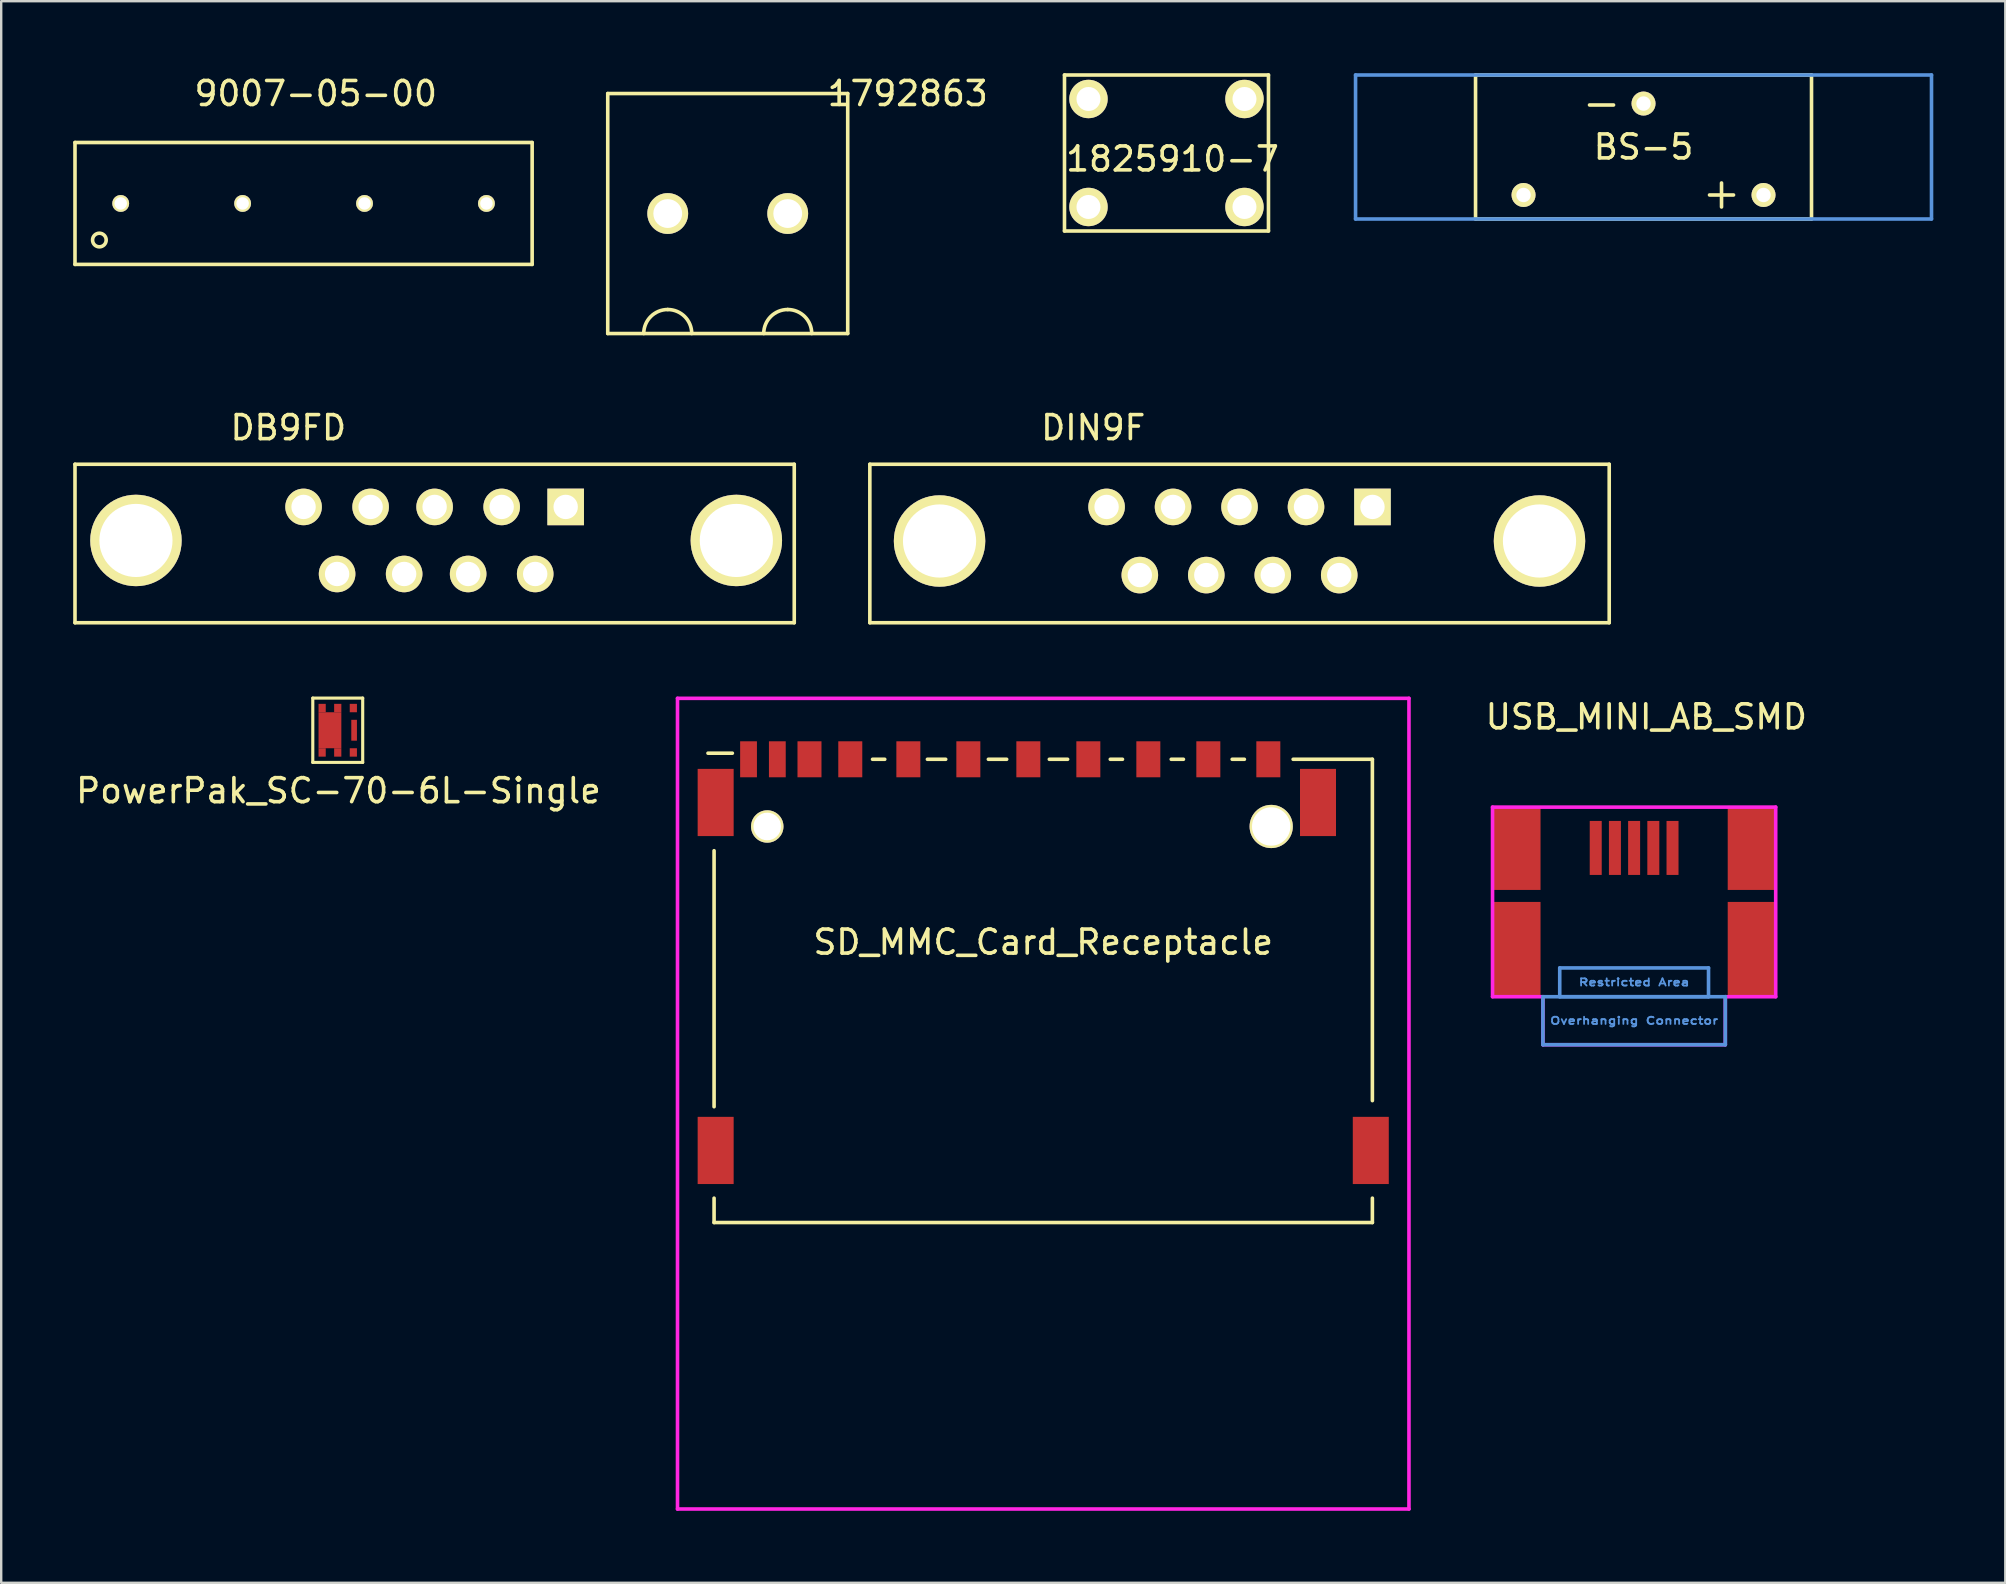
<source format=kicad_pcb>
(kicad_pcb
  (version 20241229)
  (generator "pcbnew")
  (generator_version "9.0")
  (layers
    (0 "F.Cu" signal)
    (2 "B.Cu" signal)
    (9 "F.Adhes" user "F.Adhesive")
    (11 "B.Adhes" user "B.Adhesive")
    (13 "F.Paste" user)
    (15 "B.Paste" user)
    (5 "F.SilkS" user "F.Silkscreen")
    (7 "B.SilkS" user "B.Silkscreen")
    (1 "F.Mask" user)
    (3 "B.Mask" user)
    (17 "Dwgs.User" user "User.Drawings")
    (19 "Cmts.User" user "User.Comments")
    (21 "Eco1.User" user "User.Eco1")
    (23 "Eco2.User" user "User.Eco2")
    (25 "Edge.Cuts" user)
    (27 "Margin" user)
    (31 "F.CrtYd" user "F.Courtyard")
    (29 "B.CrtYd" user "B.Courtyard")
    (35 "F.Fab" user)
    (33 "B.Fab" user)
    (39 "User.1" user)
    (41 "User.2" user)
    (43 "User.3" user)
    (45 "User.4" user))
  (footprint "1825910-7"
    (layer "F.Cu")
    (at 42.308 1.075)
    (property "Reference" "1825910-7" (at 3.5 2.5 0) (layer "F.SilkS") (effects (font (size 1 1) (thickness 0.15))))
    (attr through_hole)
    (fp_line (start -1 -1) (end 7.5 -1) (stroke (width 0.15) (type solid)) (layer "F.SilkS"))
    (fp_line (start -1 5.5) (end -1 -1) (stroke (width 0.15) (type solid)) (layer "F.SilkS"))
    (fp_line (start 7.5 -1) (end 7.5 5.5) (stroke (width 0.15) (type solid)) (layer "F.SilkS"))
    (fp_line (start 7.5 5.5) (end -1 5.5) (stroke (width 0.15) (type solid)) (layer "F.SilkS"))
    (pad "1" thru_hole circle (at 0 0) (size 1.6 1.6) (drill 1) (layers "*.Cu" "*.Mask" "F.SilkS"))
    (pad "1" thru_hole circle (at 6.5 0) (size 1.6 1.6) (drill 1) (layers "*.Cu" "*.Mask" "F.SilkS"))
    (pad "2" thru_hole circle (at 0 4.5) (size 1.6 1.6) (drill 1) (layers "*.Cu" "*.Mask" "F.SilkS"))
    (pad "2" thru_hole circle (at 6.5 4.5) (size 1.6 1.6) (drill 1) (layers "*.Cu" "*.Mask" "F.SilkS")))
  (footprint "USB_MINI_AB_SMD"
    (layer "F.Cu")
    (at 65.045 32.284)
    (property "Reference" "USB_MINI_AB_SMD" (at 0.508 -5.461 0) (layer "F.SilkS") (effects (font (size 1 1) (thickness 0.15))))
    (attr through_hole)
    (fp_line (start -3.8 6.2) (end -3.8 8.2) (stroke (width 0.15) (type solid)) (layer "Cmts.User"))
    (fp_line (start -3.8 8.2) (end 3.8 8.2) (stroke (width 0.15) (type solid)) (layer "Cmts.User"))
    (fp_line (start -3.1 5) (end -3.1 6.2) (stroke (width 0.15) (type solid)) (layer "Cmts.User"))
    (fp_line (start -3.1 6.2) (end 3.1 6.2) (stroke (width 0.15) (type solid)) (layer "Cmts.User"))
    (fp_line (start 3.1 5) (end -3.1 5) (stroke (width 0.15) (type solid)) (layer "Cmts.User"))
    (fp_line (start 3.1 6.2) (end 3.1 5) (stroke (width 0.15) (type solid)) (layer "Cmts.User"))
    (fp_line (start 3.8 6.2) (end -3.8 6.2) (stroke (width 0.15) (type solid)) (layer "Cmts.User"))
    (fp_line (start 3.8 8.2) (end 3.8 6.2) (stroke (width 0.15) (type solid)) (layer "Cmts.User"))
    (fp_line (start -5.9 -1.7) (end 5.9 -1.7) (stroke (width 0.15) (type solid)) (layer "F.CrtYd"))
    (fp_line (start -5.9 6.2) (end -5.9 -1.7) (stroke (width 0.15) (type solid)) (layer "F.CrtYd"))
    (fp_line (start -3.8 6.2) (end -5.9 6.2) (stroke (width 0.15) (type solid)) (layer "F.CrtYd"))
    (fp_line (start -3.8 8.2) (end -3.8 6.2) (stroke (width 0.15) (type solid)) (layer "F.CrtYd"))
    (fp_line (start 3.8 6.2) (end 3.8 8.2) (stroke (width 0.15) (type solid)) (layer "F.CrtYd"))
    (fp_line (start 3.8 8.2) (end -3.8 8.2) (stroke (width 0.15) (type solid)) (layer "F.CrtYd"))
    (fp_line (start 5.9 -1.7) (end 5.9 6.2) (stroke (width 0.15) (type solid)) (layer "F.CrtYd"))
    (fp_line (start 5.9 6.2) (end 3.8 6.2) (stroke (width 0.15) (type solid)) (layer "F.CrtYd"))
    (fp_text user "Restricted Area" (at 0 5.6 0) (layer "Cmts.User") (effects (font (size 0.3 0.4) (thickness 0.075))))
    (fp_text user "Overhanging Connector" (at 0 7.2 0) (layer "Cmts.User") (effects (font (size 0.3 0.4) (thickness 0.075))))
    (pad "1" smd rect (at 1.6 0) (size 0.5 2.25) (layers "F.Cu" "F.Mask" "F.Paste"))
    (pad "2" smd rect (at 0.8 0) (size 0.5 2.25) (layers "F.Cu" "F.Mask" "F.Paste"))
    (pad "3" smd rect (at 0 0) (size 0.5 2.25) (layers "F.Cu" "F.Mask" "F.Paste"))
    (pad "4" smd rect (at -0.8 0) (size 0.5 2.25) (layers "F.Cu" "F.Mask" "F.Paste"))
    (pad "5" smd rect (at -1.6 0) (size 0.5 2.25) (layers "F.Cu" "F.Mask" "F.Paste"))
    (pad "6" smd rect (at -4.925 0) (size 2.05 3.5) (layers "F.Cu" "F.Mask" "F.Paste"))
    (pad "6" smd rect (at -4.925 4.25) (size 2.05 4) (layers "F.Cu" "F.Mask" "F.Paste"))
    (pad "6" smd rect (at 4.925 0) (size 2.05 3.5) (layers "F.Cu" "F.Mask" "F.Paste"))
    (pad "6" smd rect (at 4.925 4.25) (size 2.05 4) (layers "F.Cu" "F.Mask" "F.Paste")))
  (footprint "DB9FD"
    (layer "F.Cu")
    (at 15.061 19.598)
    (property "Reference" "DB9FD" (at -6.096 -4.826 180) (layer "F.SilkS") (effects (font (size 1 1) (thickness 0.15))))
    (attr through_hole)
    (fp_line (start -14.986 -3.302) (end -14.986 3.302) (stroke (width 0.15) (type solid)) (layer "F.SilkS"))
    (fp_line (start -14.986 3.302) (end 14.986 3.302) (stroke (width 0.15) (type solid)) (layer "F.SilkS"))
    (fp_line (start 14.986 -3.302) (end -14.986 -3.302) (stroke (width 0.15) (type solid)) (layer "F.SilkS"))
    (fp_line (start 14.986 3.302) (end 14.986 -3.302) (stroke (width 0.15) (type solid)) (layer "F.SilkS"))
    (pad "0" thru_hole circle (at -12.446 -0.127) (size 3.81 3.81) (drill 3.048) (layers "*.Cu" "*.Mask" "F.SilkS"))
    (pad "0" thru_hole circle (at 12.573 -0.127) (size 3.81 3.81) (drill 3.048) (layers "*.Cu" "*.Mask" "F.SilkS"))
    (pad "1" thru_hole rect (at 5.461 -1.524) (size 1.524 1.524) (drill 1.016) (layers "*.Cu" "*.Mask" "F.SilkS"))
    (pad "2" thru_hole circle (at 2.794 -1.524) (size 1.524 1.524) (drill 1.016) (layers "*.Cu" "*.Mask" "F.SilkS"))
    (pad "3" thru_hole circle (at 0 -1.524) (size 1.524 1.524) (drill 1.016) (layers "*.Cu" "*.Mask" "F.SilkS"))
    (pad "4" thru_hole circle (at -2.667 -1.524) (size 1.524 1.524) (drill 1.016) (layers "*.Cu" "*.Mask" "F.SilkS"))
    (pad "5" thru_hole circle (at -5.461 -1.524) (size 1.524 1.524) (drill 1.016) (layers "*.Cu" "*.Mask" "F.SilkS"))
    (pad "6" thru_hole circle (at 4.191 1.27) (size 1.524 1.524) (drill 1.016) (layers "*.Cu" "*.Mask" "F.SilkS"))
    (pad "7" thru_hole circle (at 1.397 1.27) (size 1.524 1.524) (drill 1.016) (layers "*.Cu" "*.Mask" "F.SilkS"))
    (pad "8" thru_hole circle (at -1.27 1.27) (size 1.524 1.524) (drill 1.016) (layers "*.Cu" "*.Mask" "F.SilkS"))
    (pad "9" thru_hole circle (at -4.064 1.27) (size 1.524 1.524) (drill 1.016) (layers "*.Cu" "*.Mask" "F.SilkS")))
  (footprint "9007-05-00"
    (layer "F.Cu")
    (at 9.6 5.428)
    (property "Reference" "9007-05-00" (at 0.508 -4.58 0) (layer "F.SilkS") (effects (font (size 1 1) (thickness 0.15))))
    (attr through_hole)
    (fp_line (start -9.525 -2.54) (end 9.525 -2.54) (stroke (width 0.15) (type solid)) (layer "F.SilkS"))
    (fp_line (start -9.525 2.54) (end -9.525 -2.54) (stroke (width 0.15) (type solid)) (layer "F.SilkS"))
    (fp_line (start 9.525 -2.54) (end 9.525 2.54) (stroke (width 0.15) (type solid)) (layer "F.SilkS"))
    (fp_line (start 9.525 2.54) (end -9.525 2.54) (stroke (width 0.15) (type solid)) (layer "F.SilkS"))
    (fp_circle (center -8.509 1.524) (end -8.255 1.651) (stroke (width 0.15) (type solid)) (fill no) (layer "F.SilkS"))
    (pad "1" thru_hole circle (at -7.62 0) (size 0.7 0.7) (drill 0.52) (layers "*.Cu" "*.Mask" "F.SilkS"))
    (pad "2" thru_hole circle (at -2.54 0) (size 0.7 0.7) (drill 0.52) (layers "*.Cu" "*.Mask" "F.SilkS"))
    (pad "3" thru_hole circle (at 2.54 0) (size 0.7 0.7) (drill 0.52) (layers "*.Cu" "*.Mask" "F.SilkS"))
    (pad "4" thru_hole circle (at 7.62 0) (size 0.7 0.7) (drill 0.52) (layers "*.Cu" "*.Mask" "F.SilkS")))
  (footprint "PowerPak_SC-70-6L-Single"
    (layer "F.Cu")
    (at 11.024 27.38)
    (property "Reference" "PowerPak_SC-70-6L-Single" (at 0.03 2.52 0) (layer "F.SilkS") (effects (font (size 1 1) (thickness 0.15))))
    (attr through_hole)
    (fp_line (start -1.04 -1.34) (end 1.04 -1.34) (stroke (width 0.13) (type solid)) (layer "F.SilkS"))
    (fp_line (start -1.04 1.34) (end -1.04 -1.34) (stroke (width 0.13) (type solid)) (layer "F.SilkS"))
    (fp_line (start 1.04 -1.34) (end 1.04 1.34) (stroke (width 0.13) (type solid)) (layer "F.SilkS"))
    (fp_line (start 1.04 1.34) (end -1.04 1.34) (stroke (width 0.13) (type solid)) (layer "F.SilkS"))
    (pad "1" smd rect (at -0.65 -0.925) (size 0.3 0.35) (layers "F.Cu" "F.Mask" "F.Paste"))
    (pad "1" smd rect (at -0.65 0.925) (size 0.3 0.35) (layers "F.Cu" "F.Mask" "F.Paste"))
    (pad "1" smd rect (at -0.325 0) (size 0.95 1.5) (layers "F.Cu" "F.Mask" "F.Paste"))
    (pad "1" smd rect (at 0 -0.925) (size 0.3 0.35) (layers "F.Cu" "F.Mask" "F.Paste"))
    (pad "1" smd rect (at 0 0.925) (size 0.3 0.35) (layers "F.Cu" "F.Mask" "F.Paste"))
    (pad "2" smd rect (at 0.65 -0.925) (size 0.3 0.35) (layers "F.Cu" "F.Mask" "F.Paste"))
    (pad "3" smd rect (at 0.65 0.925) (size 0.3 0.35) (layers "F.Cu" "F.Mask" "F.Paste"))
    (pad "3" smd rect (at 0.682 0) (size 0.235 0.87) (layers "F.Cu" "F.Mask" "F.Paste")))
  (footprint "BS-5"
    (layer "F.Cu")
    (at 65.437 5.075)
    (property "Reference" "BS-5" (at 0 -2 0) (layer "F.SilkS") (effects (font (size 1 1) (thickness 0.15))))
    (attr through_hole)
    (fp_line (start -7 1) (end -7 -5) (stroke (width 0.15) (type solid)) (layer "F.SilkS"))
    (fp_line (start -1.25 -3.75) (end -2.25 -3.75) (stroke (width 0.15) (type solid)) (layer "F.SilkS"))
    (fp_line (start 2.75 0) (end 3.75 0) (stroke (width 0.15) (type solid)) (layer "F.SilkS"))
    (fp_line (start 3.25 0.5) (end 3.25 -0.5) (stroke (width 0.15) (type solid)) (layer "F.SilkS"))
    (fp_line (start 7 -5) (end -7 -5) (stroke (width 0.15) (type solid)) (layer "F.SilkS"))
    (fp_line (start 7 1) (end -7 1) (stroke (width 0.15) (type solid)) (layer "F.SilkS"))
    (fp_line (start 7 1) (end 7 -5) (stroke (width 0.15) (type solid)) (layer "F.SilkS"))
    (fp_line (start -12 1) (end -12 -5) (stroke (width 0.15) (type solid)) (layer "Cmts.User"))
    (fp_line (start -12 1) (end 12 1) (stroke (width 0.15) (type solid)) (layer "Cmts.User"))
    (fp_line (start 12 -5) (end -12 -5) (stroke (width 0.15) (type solid)) (layer "Cmts.User"))
    (fp_line (start 12 1) (end 12 -5) (stroke (width 0.15) (type solid)) (layer "Cmts.User"))
    (pad "1" thru_hole circle (at -5 0) (size 1 1) (drill 0.6) (layers "*.Cu" "*.Mask" "F.SilkS"))
    (pad "1" thru_hole circle (at 5 0) (size 1 1) (drill 0.6) (layers "*.Cu" "*.Mask" "F.SilkS"))
    (pad "2" thru_hole circle (at 0 -3.81) (size 1 1) (drill 0.6) (layers "*.Cu" "*.Mask" "F.SilkS")))
  (footprint "DIN9F"
    (layer "F.Cu")
    (at 48.602 19.598)
    (property "Reference" "DIN9F" (at -6.096 -4.826 180) (layer "F.SilkS") (effects (font (size 1 1) (thickness 0.15))))
    (attr through_hole)
    (fp_line (start -15.405 -3.302) (end -15.405 3.302) (stroke (width 0.15) (type solid)) (layer "F.SilkS"))
    (fp_line (start -15.405 3.302) (end 15.405 3.302) (stroke (width 0.15) (type solid)) (layer "F.SilkS"))
    (fp_line (start 15.405 -3.302) (end -15.405 -3.302) (stroke (width 0.15) (type solid)) (layer "F.SilkS"))
    (fp_line (start 15.405 3.302) (end 15.405 -3.302) (stroke (width 0.15) (type solid)) (layer "F.SilkS"))
    (pad "0" thru_hole circle (at -12.5 -0.104) (size 3.81 3.81) (drill 3.05) (layers "*.Cu" "*.Mask" "F.SilkS"))
    (pad "0" thru_hole circle (at 12.5 -0.104) (size 3.81 3.81) (drill 3.05) (layers "*.Cu" "*.Mask" "F.SilkS"))
    (pad "1" thru_hole rect (at 5.54 -1.524) (size 1.524 1.524) (drill 1.016) (layers "*.Cu" "*.Mask" "F.SilkS"))
    (pad "2" thru_hole circle (at 2.77 -1.524) (size 1.524 1.524) (drill 1.016) (layers "*.Cu" "*.Mask" "F.SilkS"))
    (pad "3" thru_hole circle (at 0 -1.524) (size 1.524 1.524) (drill 1.016) (layers "*.Cu" "*.Mask" "F.SilkS"))
    (pad "4" thru_hole circle (at -2.77 -1.524) (size 1.524 1.524) (drill 1.016) (layers "*.Cu" "*.Mask" "F.SilkS"))
    (pad "5" thru_hole circle (at -5.54 -1.524) (size 1.524 1.524) (drill 1.016) (layers "*.Cu" "*.Mask" "F.SilkS"))
    (pad "6" thru_hole circle (at 4.155 1.316) (size 1.524 1.524) (drill 1.016) (layers "*.Cu" "*.Mask" "F.SilkS"))
    (pad "7" thru_hole circle (at 1.385 1.316) (size 1.524 1.524) (drill 1.016) (layers "*.Cu" "*.Mask" "F.SilkS"))
    (pad "8" thru_hole circle (at -1.385 1.316) (size 1.524 1.524) (drill 1.016) (layers "*.Cu" "*.Mask" "F.SilkS"))
    (pad "9" thru_hole circle (at -4.155 1.316) (size 1.524 1.524) (drill 1.016) (layers "*.Cu" "*.Mask" "F.SilkS")))
  (footprint "1792863"
    (layer "F.Cu")
    (at 24.775 5.848)
    (property "Reference" "1792863" (at 10 -5 0) (layer "F.SilkS") (effects (font (size 1 1) (thickness 0.15))))
    (attr through_hole)
    (fp_line (start -2.5 -5) (end -2.5 5) (stroke (width 0.15) (type solid)) (layer "F.SilkS"))
    (fp_line (start -2.5 5) (end 7.5 5) (stroke (width 0.15) (type solid)) (layer "F.SilkS"))
    (fp_line (start 7.5 -5) (end -2.5 -5) (stroke (width 0.15) (type solid)) (layer "F.SilkS"))
    (fp_line (start 7.5 5) (end 7.5 -5) (stroke (width 0.15) (type solid)) (layer "F.SilkS"))
    (fp_arc (start -1 5) (mid -0.707107 4.292893) (end 0 4) (stroke (width 0.15) (type solid)) (layer "F.SilkS"))
    (fp_arc (start 0 4) (mid 0.707107 4.292893) (end 1 5) (stroke (width 0.15) (type solid)) (layer "F.SilkS"))
    (fp_arc (start 4 5) (mid 4.292893 4.292893) (end 5 4) (stroke (width 0.15) (type solid)) (layer "F.SilkS"))
    (fp_arc (start 5 4) (mid 5.707107 4.292893) (end 6 5) (stroke (width 0.15) (type solid)) (layer "F.SilkS"))
    (pad "1" thru_hole circle (at 0 0) (size 1.7 1.7) (drill 1.2) (layers "*.Cu" "*.Mask" "F.SilkS"))
    (pad "2" thru_hole circle (at 5 0) (size 1.7 1.7) (drill 1.2) (layers "*.Cu" "*.Mask" "F.SilkS")))
  (footprint "SD_MMC_Card_Receptacle"
    (layer "F.Cu")
    (at 40.422 28.59)
    (property "Reference" "SD_MMC_Card_Receptacle" (at 0 7.62 0) (layer "F.SilkS") (effects (font (size 1 1) (thickness 0.15))))
    (attr through_hole)
    (fp_line (start -13.716 14.478) (end -13.716 3.81) (stroke (width 0.15) (type solid)) (layer "F.SilkS"))
    (fp_line (start -13.716 18.288) (end -13.716 19.304) (stroke (width 0.15) (type solid)) (layer "F.SilkS"))
    (fp_line (start -13.716 19.304) (end 13.716 19.304) (stroke (width 0.15) (type solid)) (layer "F.SilkS"))
    (fp_line (start -12.954 -0.254) (end -13.97 -0.254) (stroke (width 0.15) (type solid)) (layer "F.SilkS"))
    (fp_line (start -6.604 0) (end -7.112 0) (stroke (width 0.15) (type solid)) (layer "F.SilkS"))
    (fp_line (start -4.064 0) (end -4.826 0) (stroke (width 0.15) (type solid)) (layer "F.SilkS"))
    (fp_line (start -1.524 0) (end -2.286 0) (stroke (width 0.15) (type solid)) (layer "F.SilkS"))
    (fp_line (start 1.016 0) (end 0.254 0) (stroke (width 0.15) (type solid)) (layer "F.SilkS"))
    (fp_line (start 3.302 0) (end 2.794 0) (stroke (width 0.15) (type solid)) (layer "F.SilkS"))
    (fp_line (start 5.842 0) (end 5.334 0) (stroke (width 0.15) (type solid)) (layer "F.SilkS"))
    (fp_line (start 8.382 0) (end 7.874 0) (stroke (width 0.15) (type solid)) (layer "F.SilkS"))
    (fp_line (start 13.716 0) (end 10.414 0) (stroke (width 0.15) (type solid)) (layer "F.SilkS"))
    (fp_line (start 13.716 14.224) (end 13.716 0) (stroke (width 0.15) (type solid)) (layer "F.SilkS"))
    (fp_line (start 13.716 19.304) (end 13.716 18.288) (stroke (width 0.15) (type solid)) (layer "F.SilkS"))
    (fp_line (start -15.24 -2.54) (end -15.24 31.242) (stroke (width 0.15) (type solid)) (layer "F.CrtYd"))
    (fp_line (start -15.24 31.242) (end 15.24 31.242) (stroke (width 0.15) (type solid)) (layer "F.CrtYd"))
    (fp_line (start 15.24 -2.54) (end -15.24 -2.54) (stroke (width 0.15) (type solid)) (layer "F.CrtYd"))
    (fp_line (start 15.24 31.242) (end 15.24 -2.54) (stroke (width 0.15) (type solid)) (layer "F.CrtYd"))
    (pad "" thru_hole circle (at -11.5 2.8) (size 1.35 1.35) (drill 1.15) (layers "*.Cu" "*.Mask" "F.SilkS"))
    (pad " " thru_hole circle (at 9.5 2.8) (size 1.8 1.8) (drill 1.6) (layers "*.Cu" "*.Mask" "F.SilkS"))
    (pad "1" smd rect (at 6.88 0) (size 1 1.5) (layers "F.Cu" "F.Mask" "F.Paste"))
    (pad "2" smd rect (at 4.38 0) (size 1 1.5) (layers "F.Cu" "F.Mask" "F.Paste"))
    (pad "3" smd rect (at 1.88 0) (size 1 1.5) (layers "F.Cu" "F.Mask" "F.Paste"))
    (pad "4" smd rect (at -0.62 0) (size 1 1.5) (layers "F.Cu" "F.Mask" "F.Paste"))
    (pad "5" smd rect (at -3.12 0) (size 1 1.5) (layers "F.Cu" "F.Mask" "F.Paste"))
    (pad "6" smd rect (at -5.62 0) (size 1 1.5) (layers "F.Cu" "F.Mask" "F.Paste"))
    (pad "7" smd rect (at -8.04 0) (size 1 1.5) (layers "F.Cu" "F.Mask" "F.Paste"))
    (pad "8" smd rect (at -9.74 0) (size 1 1.5) (layers "F.Cu" "F.Mask" "F.Paste"))
    (pad "9" smd rect (at 9.38 0) (size 1 1.5) (layers "F.Cu" "F.Mask" "F.Paste"))
    (pad "10" smd rect (at -11.08 0) (size 0.7 1.5) (layers "F.Cu" "F.Mask" "F.Paste"))
    (pad "11" smd rect (at -12.28 0) (size 0.7 1.5) (layers "F.Cu" "F.Mask" "F.Paste"))
    (pad "GND" smd rect (at -13.65 1.8) (size 1.5 2.8) (layers "F.Cu" "F.Mask" "F.Paste"))
    (pad "GND" smd rect (at -13.65 16.3) (size 1.5 2.8) (layers "F.Cu" "F.Mask" "F.Paste"))
    (pad "GND" smd rect (at 11.45 1.8) (size 1.5 2.8) (layers "F.Cu" "F.Mask" "F.Paste"))
    (pad "GND" smd rect (at 13.65 16.3) (size 1.5 2.8) (layers "F.Cu" "F.Mask" "F.Paste")))
  (gr_rect
    (start -3 -3)
    (end 80.512 62.907)
    (stroke (width 0.1) (type default))
    (fill no)
    (layer "Edge.Cuts")))
</source>
